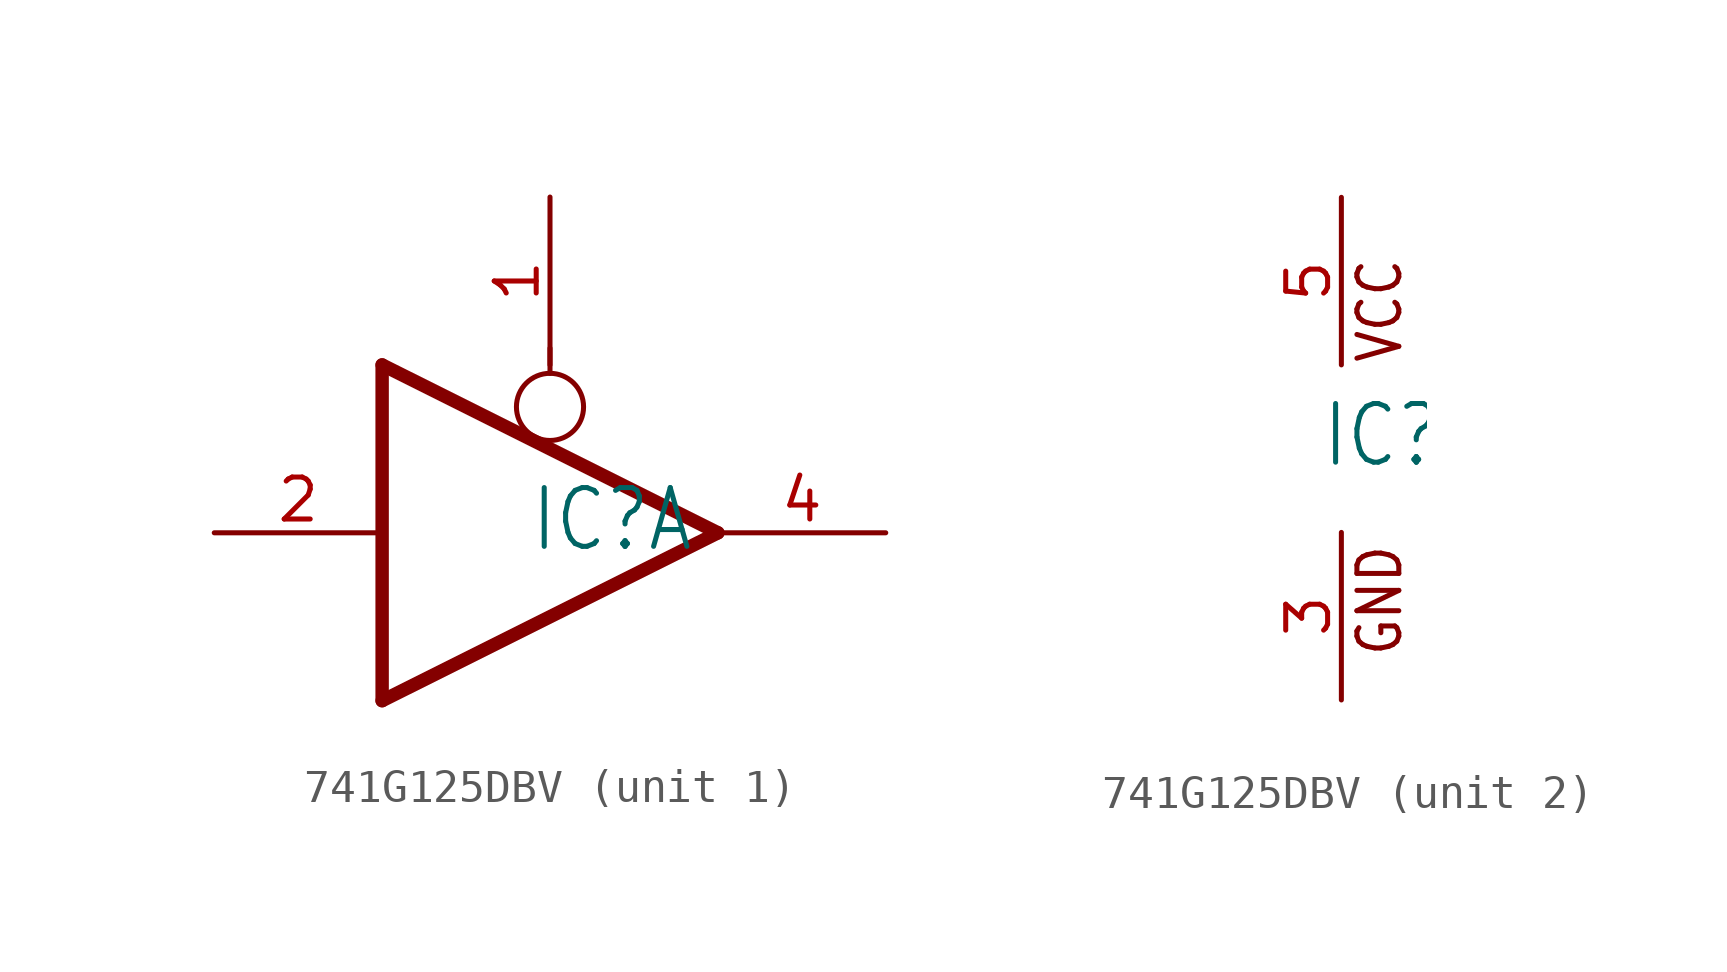
<source format=kicad_sym>
(kicad_symbol_lib
  (version 20220914)
  (generator kicad_symbol_editor)
  (symbol "741G125DBV"
    (property "Reference" "IC"
      (at -0.635 -0.635 0)
      (effects (font (size 1.778 1.511)) (justify left bottom)))
    (property "ki_locked" ""
      (at 0 0 0)
      (effects (font (size 1.27 1.27))))
    (symbol "741G125DBV_1_0"
      (polyline (pts (xy -5.08 -5.08) (xy -5.08 5.08)) (stroke (width 0.406) (type solid)) (fill (type none)))
      (polyline (pts (xy 0 4.826) (xy 0 5.588)) (stroke (width 0.152) (type solid)) (fill (type none)))
      (polyline (pts (xy 5.08 0) (xy -5.08 -5.08)) (stroke (width 0.406) (type solid)) (fill (type none)))
      (polyline (pts (xy 5.08 0) (xy -5.08 5.08)) (stroke (width 0.406) (type solid)) (fill (type none)))
      (circle (center 0 3.81) (radius 1.016) (stroke (width 0.152) (type solid)) (fill (type none)))
      (pin input line (at 0 10.16 270) (length 5.08) (name "OE" (effects (font (size 0 0)))) (number "1" (effects (font (size 1.27 1.27)))))
      (pin input line (at -10.16 0 0) (length 5.08) (name "I" (effects (font (size 0 0)))) (number "2" (effects (font (size 1.27 1.27)))))
      (pin tri_state line (at 10.16 0 180) (length 5.08) (name "O" (effects (font (size 0 0)))) (number "4" (effects (font (size 1.27 1.27))))))
    (symbol "741G125DBV_2_0"
      (text "GND" (at 1.905 -6.35 900) (effects (font (size 1.27 1.079)) (justify left bottom)))
      (text "VCC" (at 1.905 2.54 900) (effects (font (size 1.27 1.079)) (justify left bottom)))
      (pin power_in line (at 0 -7.62 90) (length 5.08) (name "GND" (effects (font (size 0 0)))) (number "3" (effects (font (size 1.27 1.27)))))
      (pin power_in line (at 0 7.62 270) (length 5.08) (name "VCC" (effects (font (size 0 0)))) (number "5" (effects (font (size 1.27 1.27))))))))
</source>
